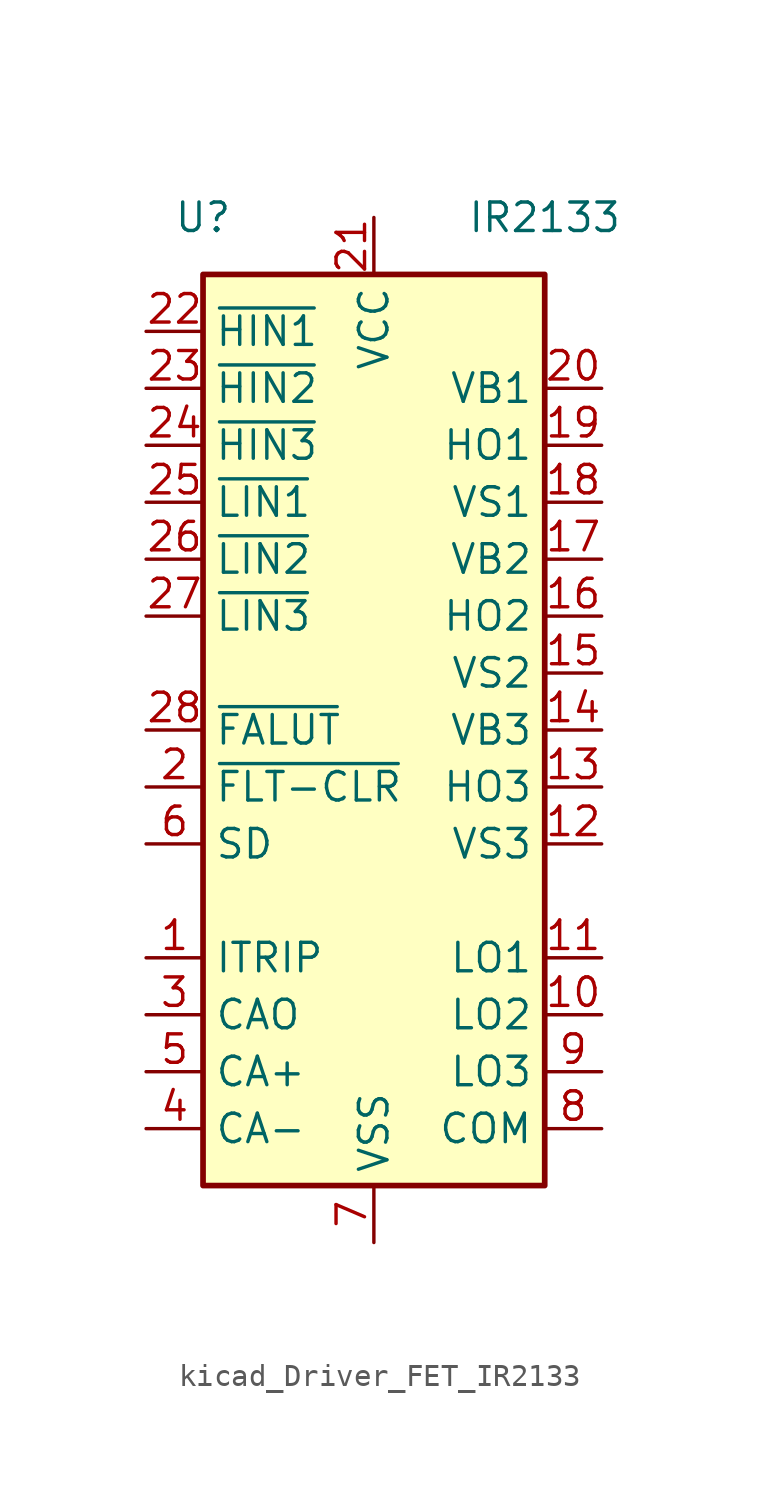
<source format=kicad_sym>
(kicad_symbol_lib
  (version 20220914)
  (generator kicad_symbol_editor)
  (symbol "kicad_Driver_FET_IR2133"
    (property "Reference" "U"
      (at -7.62 22.86 0)
      (effects (font (size 1.27 1.27))))
    (property "Value" "IR2133"
      (at 7.62 22.86 0)
      (effects (font (size 1.27 1.27))))
    (symbol "kicad_Driver_FET_IR2133_0_1"
      (rectangle (start -7.62 -20.32) (end 7.62 20.32) (stroke (width 0.254) (type default)) (fill (type background))))
    (symbol "kicad_Driver_FET_IR2133_1_1"
      (pin input line (at -10.16 -10.16 0) (length 2.54) (name "ITRIP" (effects (font (size 1.27 1.27)))) (number "1" (effects (font (size 1.27 1.27)))))
      (pin output line (at 10.16 -12.7 180) (length 2.54) (name "LO2" (effects (font (size 1.27 1.27)))) (number "10" (effects (font (size 1.27 1.27)))))
      (pin output line (at 10.16 -10.16 180) (length 2.54) (name "LO1" (effects (font (size 1.27 1.27)))) (number "11" (effects (font (size 1.27 1.27)))))
      (pin passive line (at 10.16 -5.08 180) (length 2.54) (name "VS3" (effects (font (size 1.27 1.27)))) (number "12" (effects (font (size 1.27 1.27)))))
      (pin output line (at 10.16 -2.54 180) (length 2.54) (name "HO3" (effects (font (size 1.27 1.27)))) (number "13" (effects (font (size 1.27 1.27)))))
      (pin passive line (at 10.16 0 180) (length 2.54) (name "VB3" (effects (font (size 1.27 1.27)))) (number "14" (effects (font (size 1.27 1.27)))))
      (pin passive line (at 10.16 2.54 180) (length 2.54) (name "VS2" (effects (font (size 1.27 1.27)))) (number "15" (effects (font (size 1.27 1.27)))))
      (pin output line (at 10.16 5.08 180) (length 2.54) (name "HO2" (effects (font (size 1.27 1.27)))) (number "16" (effects (font (size 1.27 1.27)))))
      (pin passive line (at 10.16 7.62 180) (length 2.54) (name "VB2" (effects (font (size 1.27 1.27)))) (number "17" (effects (font (size 1.27 1.27)))))
      (pin passive line (at 10.16 10.16 180) (length 2.54) (name "VS1" (effects (font (size 1.27 1.27)))) (number "18" (effects (font (size 1.27 1.27)))))
      (pin output line (at 10.16 12.7 180) (length 2.54) (name "HO1" (effects (font (size 1.27 1.27)))) (number "19" (effects (font (size 1.27 1.27)))))
      (pin input line (at -10.16 -2.54 0) (length 2.54) (name "~{FLT-CLR}" (effects (font (size 1.27 1.27)))) (number "2" (effects (font (size 1.27 1.27)))))
      (pin passive line (at 10.16 15.24 180) (length 2.54) (name "VB1" (effects (font (size 1.27 1.27)))) (number "20" (effects (font (size 1.27 1.27)))))
      (pin power_in line (at 0 22.86 270) (length 2.54) (name "VCC" (effects (font (size 1.27 1.27)))) (number "21" (effects (font (size 1.27 1.27)))))
      (pin input line (at -10.16 17.78 0) (length 2.54) (name "~{HIN1}" (effects (font (size 1.27 1.27)))) (number "22" (effects (font (size 1.27 1.27)))))
      (pin input line (at -10.16 15.24 0) (length 2.54) (name "~{HIN2}" (effects (font (size 1.27 1.27)))) (number "23" (effects (font (size 1.27 1.27)))))
      (pin input line (at -10.16 12.7 0) (length 2.54) (name "~{HIN3}" (effects (font (size 1.27 1.27)))) (number "24" (effects (font (size 1.27 1.27)))))
      (pin input line (at -10.16 10.16 0) (length 2.54) (name "~{LIN1}" (effects (font (size 1.27 1.27)))) (number "25" (effects (font (size 1.27 1.27)))))
      (pin input line (at -10.16 7.62 0) (length 2.54) (name "~{LIN2}" (effects (font (size 1.27 1.27)))) (number "26" (effects (font (size 1.27 1.27)))))
      (pin input line (at -10.16 5.08 0) (length 2.54) (name "~{LIN3}" (effects (font (size 1.27 1.27)))) (number "27" (effects (font (size 1.27 1.27)))))
      (pin output line (at -10.16 0 0) (length 2.54) (name "~{FALUT}" (effects (font (size 1.27 1.27)))) (number "28" (effects (font (size 1.27 1.27)))))
      (pin output line (at -10.16 -12.7 0) (length 2.54) (name "CAO" (effects (font (size 1.27 1.27)))) (number "3" (effects (font (size 1.27 1.27)))))
      (pin input line (at -10.16 -17.78 0) (length 2.54) (name "CA-" (effects (font (size 1.27 1.27)))) (number "4" (effects (font (size 1.27 1.27)))))
      (pin input line (at -10.16 -15.24 0) (length 2.54) (name "CA+" (effects (font (size 1.27 1.27)))) (number "5" (effects (font (size 1.27 1.27)))))
      (pin input line (at -10.16 -5.08 0) (length 2.54) (name "SD" (effects (font (size 1.27 1.27)))) (number "6" (effects (font (size 1.27 1.27)))))
      (pin power_in line (at 0 -22.86 90) (length 2.54) (name "VSS" (effects (font (size 1.27 1.27)))) (number "7" (effects (font (size 1.27 1.27)))))
      (pin passive line (at 10.16 -17.78 180) (length 2.54) (name "COM" (effects (font (size 1.27 1.27)))) (number "8" (effects (font (size 1.27 1.27)))))
      (pin output line (at 10.16 -15.24 180) (length 2.54) (name "LO3" (effects (font (size 1.27 1.27)))) (number "9" (effects (font (size 1.27 1.27))))))))
</source>
